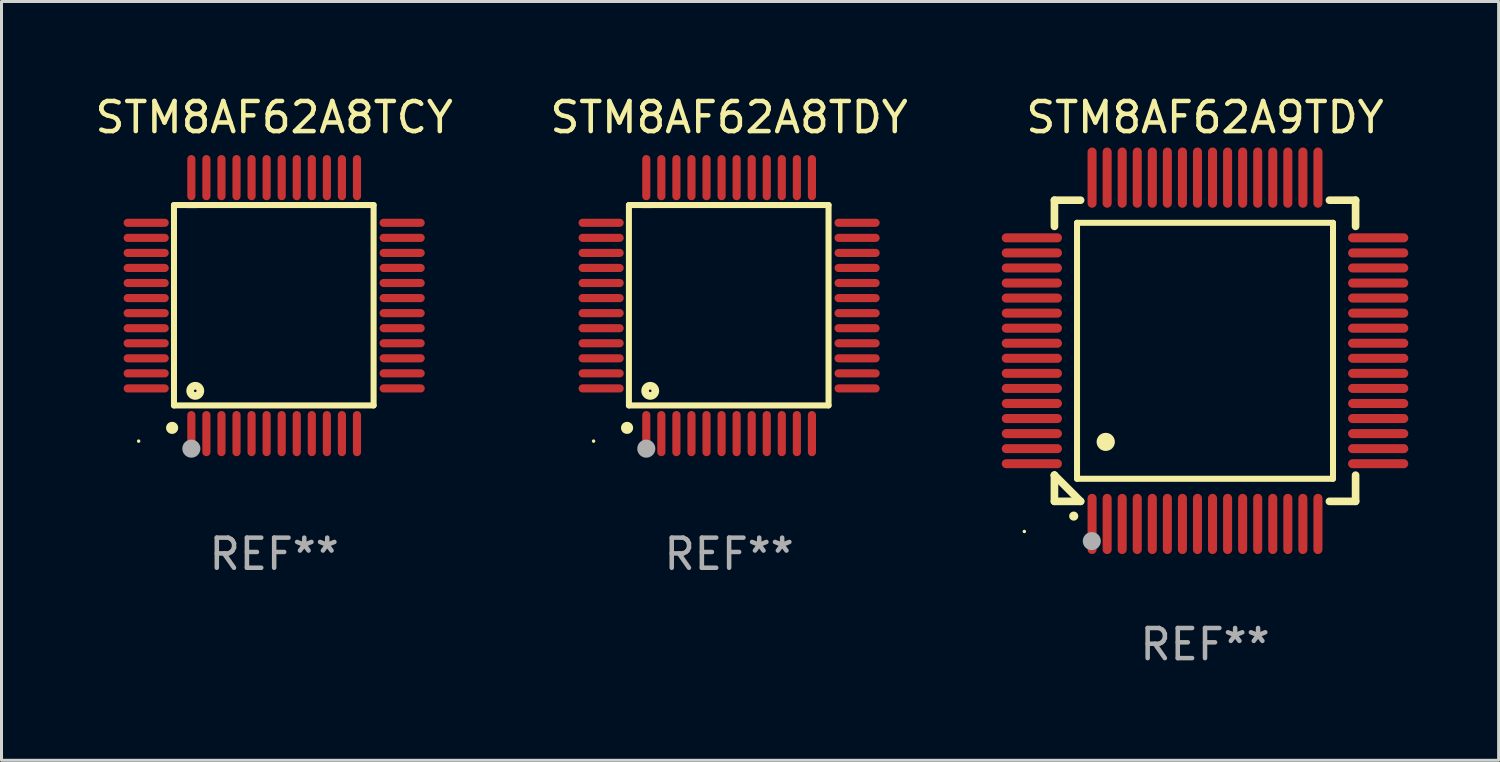
<source format=kicad_pcb>
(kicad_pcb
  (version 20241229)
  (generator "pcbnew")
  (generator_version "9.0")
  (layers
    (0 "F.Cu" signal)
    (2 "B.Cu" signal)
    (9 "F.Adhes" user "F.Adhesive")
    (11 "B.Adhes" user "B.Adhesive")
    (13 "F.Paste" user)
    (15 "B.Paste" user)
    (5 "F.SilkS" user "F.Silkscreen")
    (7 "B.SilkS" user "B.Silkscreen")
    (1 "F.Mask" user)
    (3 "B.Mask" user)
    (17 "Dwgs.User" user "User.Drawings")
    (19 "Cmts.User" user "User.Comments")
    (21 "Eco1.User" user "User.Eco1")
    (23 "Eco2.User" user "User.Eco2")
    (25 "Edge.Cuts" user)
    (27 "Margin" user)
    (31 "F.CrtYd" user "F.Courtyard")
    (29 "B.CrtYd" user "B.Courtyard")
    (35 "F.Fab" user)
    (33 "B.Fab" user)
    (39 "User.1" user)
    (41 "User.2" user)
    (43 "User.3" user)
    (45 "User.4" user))
  (footprint "STM8AF62A8TCY"
    (layer "F.Cu")
    (at 6.054 7.098)
    (property "Reference" "STM8AF62A8TCY" (at 0 -6.25 0) (layer "F.SilkS") (effects (font (size 1 1) (thickness 0.15))))
    (attr through_hole)
    (fp_line (start -3.327 -3.34) (end -2.565 -3.34) (stroke (width 0.2) (type solid)) (layer "F.SilkS"))
    (fp_line (start -3.327 3.315) (end -3.327 -3.34) (stroke (width 0.2) (type solid)) (layer "F.SilkS"))
    (fp_line (start -2.896 -3.34) (end 3.302 -3.34) (stroke (width 0.2) (type solid)) (layer "F.SilkS"))
    (fp_line (start 3.302 -3.34) (end 3.302 3.315) (stroke (width 0.2) (type solid)) (layer "F.SilkS"))
    (fp_line (start 3.302 3.315) (end -3.327 3.315) (stroke (width 0.2) (type solid)) (layer "F.SilkS"))
    (fp_arc (start -3.389992 4.059995) (mid -3.388722 4.059991) (end -3.387452 4.059995) (stroke (width 0.4) (type solid)) (layer "F.SilkS"))
    (fp_circle (center -4.5 4.5) (end -4.47 4.5) (stroke (width 0.06) (type solid)) (fill no) (layer "F.SilkS"))
    (fp_circle (center -2.62 2.83) (end -2.45 2.83) (stroke (width 0.254) (type solid)) (fill no) (layer "F.SilkS"))
    (fp_circle (center -2.75 4.75) (end -2.6 4.75) (stroke (width 0.3) (type solid)) (fill no) (layer "F.Fab"))
    (fp_text user "REF**" (at 0 8.25 0) (layer "F.Fab") (effects (font (size 1 1) (thickness 0.15))))
    (pad "1" smd oval (at -2.75 4.25) (size 0.27 1.5) (layers "F.Cu" "F.Mask" "F.Paste"))
    (pad "2" smd oval (at -2.25 4.25) (size 0.27 1.5) (layers "F.Cu" "F.Mask" "F.Paste"))
    (pad "3" smd oval (at -1.75 4.25) (size 0.27 1.5) (layers "F.Cu" "F.Mask" "F.Paste"))
    (pad "4" smd oval (at -1.25 4.25) (size 0.27 1.5) (layers "F.Cu" "F.Mask" "F.Paste"))
    (pad "5" smd oval (at -0.75 4.25) (size 0.27 1.5) (layers "F.Cu" "F.Mask" "F.Paste"))
    (pad "6" smd oval (at -0.25 4.25) (size 0.27 1.5) (layers "F.Cu" "F.Mask" "F.Paste"))
    (pad "7" smd oval (at 0.25 4.25) (size 0.27 1.5) (layers "F.Cu" "F.Mask" "F.Paste"))
    (pad "8" smd oval (at 0.75 4.25) (size 0.27 1.5) (layers "F.Cu" "F.Mask" "F.Paste"))
    (pad "9" smd oval (at 1.25 4.25) (size 0.27 1.5) (layers "F.Cu" "F.Mask" "F.Paste"))
    (pad "10" smd oval (at 1.75 4.25) (size 0.27 1.5) (layers "F.Cu" "F.Mask" "F.Paste"))
    (pad "11" smd oval (at 2.25 4.25) (size 0.27 1.5) (layers "F.Cu" "F.Mask" "F.Paste"))
    (pad "12" smd oval (at 2.75 4.25) (size 0.27 1.5) (layers "F.Cu" "F.Mask" "F.Paste"))
    (pad "13" smd oval (at 4.25 2.75) (size 1.5 0.27) (layers "F.Cu" "F.Mask" "F.Paste"))
    (pad "14" smd oval (at 4.25 2.25) (size 1.5 0.27) (layers "F.Cu" "F.Mask" "F.Paste"))
    (pad "15" smd oval (at 4.25 1.75) (size 1.5 0.27) (layers "F.Cu" "F.Mask" "F.Paste"))
    (pad "16" smd oval (at 4.25 1.25) (size 1.5 0.27) (layers "F.Cu" "F.Mask" "F.Paste"))
    (pad "17" smd oval (at 4.25 0.75) (size 1.5 0.27) (layers "F.Cu" "F.Mask" "F.Paste"))
    (pad "18" smd oval (at 4.25 0.25) (size 1.5 0.27) (layers "F.Cu" "F.Mask" "F.Paste"))
    (pad "19" smd oval (at 4.25 -0.25) (size 1.5 0.27) (layers "F.Cu" "F.Mask" "F.Paste"))
    (pad "20" smd oval (at 4.25 -0.75) (size 1.5 0.27) (layers "F.Cu" "F.Mask" "F.Paste"))
    (pad "21" smd oval (at 4.25 -1.25) (size 1.5 0.27) (layers "F.Cu" "F.Mask" "F.Paste"))
    (pad "22" smd oval (at 4.25 -1.75) (size 1.5 0.27) (layers "F.Cu" "F.Mask" "F.Paste"))
    (pad "23" smd oval (at 4.25 -2.25) (size 1.5 0.27) (layers "F.Cu" "F.Mask" "F.Paste"))
    (pad "24" smd oval (at 4.25 -2.75) (size 1.5 0.27) (layers "F.Cu" "F.Mask" "F.Paste"))
    (pad "25" smd oval (at 2.75 -4.25) (size 0.27 1.5) (layers "F.Cu" "F.Mask" "F.Paste"))
    (pad "26" smd oval (at 2.25 -4.25) (size 0.27 1.5) (layers "F.Cu" "F.Mask" "F.Paste"))
    (pad "27" smd oval (at 1.75 -4.25) (size 0.27 1.5) (layers "F.Cu" "F.Mask" "F.Paste"))
    (pad "28" smd oval (at 1.25 -4.25) (size 0.27 1.5) (layers "F.Cu" "F.Mask" "F.Paste"))
    (pad "29" smd oval (at 0.75 -4.25) (size 0.27 1.5) (layers "F.Cu" "F.Mask" "F.Paste"))
    (pad "30" smd oval (at 0.25 -4.25) (size 0.27 1.5) (layers "F.Cu" "F.Mask" "F.Paste"))
    (pad "31" smd oval (at -0.25 -4.25) (size 0.27 1.5) (layers "F.Cu" "F.Mask" "F.Paste"))
    (pad "32" smd oval (at -0.75 -4.25) (size 0.27 1.5) (layers "F.Cu" "F.Mask" "F.Paste"))
    (pad "33" smd oval (at -1.25 -4.25) (size 0.27 1.5) (layers "F.Cu" "F.Mask" "F.Paste"))
    (pad "34" smd oval (at -1.75 -4.25) (size 0.27 1.5) (layers "F.Cu" "F.Mask" "F.Paste"))
    (pad "35" smd oval (at -2.25 -4.25) (size 0.27 1.5) (layers "F.Cu" "F.Mask" "F.Paste"))
    (pad "36" smd oval (at -2.75 -4.25) (size 0.27 1.5) (layers "F.Cu" "F.Mask" "F.Paste"))
    (pad "37" smd oval (at -4.25 -2.75) (size 1.5 0.27) (layers "F.Cu" "F.Mask" "F.Paste"))
    (pad "38" smd oval (at -4.25 -2.25) (size 1.5 0.27) (layers "F.Cu" "F.Mask" "F.Paste"))
    (pad "39" smd oval (at -4.25 -1.75) (size 1.5 0.27) (layers "F.Cu" "F.Mask" "F.Paste"))
    (pad "40" smd oval (at -4.25 -1.25) (size 1.5 0.27) (layers "F.Cu" "F.Mask" "F.Paste"))
    (pad "41" smd oval (at -4.25 -0.75) (size 1.5 0.27) (layers "F.Cu" "F.Mask" "F.Paste"))
    (pad "42" smd oval (at -4.25 -0.25) (size 1.5 0.27) (layers "F.Cu" "F.Mask" "F.Paste"))
    (pad "43" smd oval (at -4.25 0.25) (size 1.5 0.27) (layers "F.Cu" "F.Mask" "F.Paste"))
    (pad "44" smd oval (at -4.25 0.75) (size 1.5 0.27) (layers "F.Cu" "F.Mask" "F.Paste"))
    (pad "45" smd oval (at -4.25 1.25) (size 1.5 0.27) (layers "F.Cu" "F.Mask" "F.Paste"))
    (pad "46" smd oval (at -4.25 1.75) (size 1.5 0.27) (layers "F.Cu" "F.Mask" "F.Paste"))
    (pad "47" smd oval (at -4.25 2.25) (size 1.5 0.27) (layers "F.Cu" "F.Mask" "F.Paste"))
    (pad "48" smd oval (at -4.25 2.75) (size 1.5 0.27) (layers "F.Cu" "F.Mask" "F.Paste")))
  (footprint "STM8AF62A8TDY"
    (layer "F.Cu")
    (at 21.161 7.098)
    (property "Reference" "STM8AF62A8TDY" (at 0 -6.25 0) (layer "F.SilkS") (effects (font (size 1 1) (thickness 0.15))))
    (attr through_hole)
    (fp_line (start -3.327 -3.34) (end -2.565 -3.34) (stroke (width 0.2) (type solid)) (layer "F.SilkS"))
    (fp_line (start -3.327 3.315) (end -3.327 -3.34) (stroke (width 0.2) (type solid)) (layer "F.SilkS"))
    (fp_line (start -2.896 -3.34) (end 3.302 -3.34) (stroke (width 0.2) (type solid)) (layer "F.SilkS"))
    (fp_line (start 3.302 -3.34) (end 3.302 3.315) (stroke (width 0.2) (type solid)) (layer "F.SilkS"))
    (fp_line (start 3.302 3.315) (end -3.327 3.315) (stroke (width 0.2) (type solid)) (layer "F.SilkS"))
    (fp_arc (start -3.389992 4.059995) (mid -3.388722 4.059991) (end -3.387452 4.059995) (stroke (width 0.4) (type solid)) (layer "F.SilkS"))
    (fp_circle (center -4.5 4.5) (end -4.47 4.5) (stroke (width 0.06) (type solid)) (fill no) (layer "F.SilkS"))
    (fp_circle (center -2.62 2.83) (end -2.45 2.83) (stroke (width 0.254) (type solid)) (fill no) (layer "F.SilkS"))
    (fp_circle (center -2.75 4.75) (end -2.6 4.75) (stroke (width 0.3) (type solid)) (fill no) (layer "F.Fab"))
    (fp_text user "REF**" (at 0 8.25 0) (layer "F.Fab") (effects (font (size 1 1) (thickness 0.15))))
    (pad "1" smd oval (at -2.75 4.25) (size 0.27 1.5) (layers "F.Cu" "F.Mask" "F.Paste"))
    (pad "2" smd oval (at -2.25 4.25) (size 0.27 1.5) (layers "F.Cu" "F.Mask" "F.Paste"))
    (pad "3" smd oval (at -1.75 4.25) (size 0.27 1.5) (layers "F.Cu" "F.Mask" "F.Paste"))
    (pad "4" smd oval (at -1.25 4.25) (size 0.27 1.5) (layers "F.Cu" "F.Mask" "F.Paste"))
    (pad "5" smd oval (at -0.75 4.25) (size 0.27 1.5) (layers "F.Cu" "F.Mask" "F.Paste"))
    (pad "6" smd oval (at -0.25 4.25) (size 0.27 1.5) (layers "F.Cu" "F.Mask" "F.Paste"))
    (pad "7" smd oval (at 0.25 4.25) (size 0.27 1.5) (layers "F.Cu" "F.Mask" "F.Paste"))
    (pad "8" smd oval (at 0.75 4.25) (size 0.27 1.5) (layers "F.Cu" "F.Mask" "F.Paste"))
    (pad "9" smd oval (at 1.25 4.25) (size 0.27 1.5) (layers "F.Cu" "F.Mask" "F.Paste"))
    (pad "10" smd oval (at 1.75 4.25) (size 0.27 1.5) (layers "F.Cu" "F.Mask" "F.Paste"))
    (pad "11" smd oval (at 2.25 4.25) (size 0.27 1.5) (layers "F.Cu" "F.Mask" "F.Paste"))
    (pad "12" smd oval (at 2.75 4.25) (size 0.27 1.5) (layers "F.Cu" "F.Mask" "F.Paste"))
    (pad "13" smd oval (at 4.25 2.75) (size 1.5 0.27) (layers "F.Cu" "F.Mask" "F.Paste"))
    (pad "14" smd oval (at 4.25 2.25) (size 1.5 0.27) (layers "F.Cu" "F.Mask" "F.Paste"))
    (pad "15" smd oval (at 4.25 1.75) (size 1.5 0.27) (layers "F.Cu" "F.Mask" "F.Paste"))
    (pad "16" smd oval (at 4.25 1.25) (size 1.5 0.27) (layers "F.Cu" "F.Mask" "F.Paste"))
    (pad "17" smd oval (at 4.25 0.75) (size 1.5 0.27) (layers "F.Cu" "F.Mask" "F.Paste"))
    (pad "18" smd oval (at 4.25 0.25) (size 1.5 0.27) (layers "F.Cu" "F.Mask" "F.Paste"))
    (pad "19" smd oval (at 4.25 -0.25) (size 1.5 0.27) (layers "F.Cu" "F.Mask" "F.Paste"))
    (pad "20" smd oval (at 4.25 -0.75) (size 1.5 0.27) (layers "F.Cu" "F.Mask" "F.Paste"))
    (pad "21" smd oval (at 4.25 -1.25) (size 1.5 0.27) (layers "F.Cu" "F.Mask" "F.Paste"))
    (pad "22" smd oval (at 4.25 -1.75) (size 1.5 0.27) (layers "F.Cu" "F.Mask" "F.Paste"))
    (pad "23" smd oval (at 4.25 -2.25) (size 1.5 0.27) (layers "F.Cu" "F.Mask" "F.Paste"))
    (pad "24" smd oval (at 4.25 -2.75) (size 1.5 0.27) (layers "F.Cu" "F.Mask" "F.Paste"))
    (pad "25" smd oval (at 2.75 -4.25) (size 0.27 1.5) (layers "F.Cu" "F.Mask" "F.Paste"))
    (pad "26" smd oval (at 2.25 -4.25) (size 0.27 1.5) (layers "F.Cu" "F.Mask" "F.Paste"))
    (pad "27" smd oval (at 1.75 -4.25) (size 0.27 1.5) (layers "F.Cu" "F.Mask" "F.Paste"))
    (pad "28" smd oval (at 1.25 -4.25) (size 0.27 1.5) (layers "F.Cu" "F.Mask" "F.Paste"))
    (pad "29" smd oval (at 0.75 -4.25) (size 0.27 1.5) (layers "F.Cu" "F.Mask" "F.Paste"))
    (pad "30" smd oval (at 0.25 -4.25) (size 0.27 1.5) (layers "F.Cu" "F.Mask" "F.Paste"))
    (pad "31" smd oval (at -0.25 -4.25) (size 0.27 1.5) (layers "F.Cu" "F.Mask" "F.Paste"))
    (pad "32" smd oval (at -0.75 -4.25) (size 0.27 1.5) (layers "F.Cu" "F.Mask" "F.Paste"))
    (pad "33" smd oval (at -1.25 -4.25) (size 0.27 1.5) (layers "F.Cu" "F.Mask" "F.Paste"))
    (pad "34" smd oval (at -1.75 -4.25) (size 0.27 1.5) (layers "F.Cu" "F.Mask" "F.Paste"))
    (pad "35" smd oval (at -2.25 -4.25) (size 0.27 1.5) (layers "F.Cu" "F.Mask" "F.Paste"))
    (pad "36" smd oval (at -2.75 -4.25) (size 0.27 1.5) (layers "F.Cu" "F.Mask" "F.Paste"))
    (pad "37" smd oval (at -4.25 -2.75) (size 1.5 0.27) (layers "F.Cu" "F.Mask" "F.Paste"))
    (pad "38" smd oval (at -4.25 -2.25) (size 1.5 0.27) (layers "F.Cu" "F.Mask" "F.Paste"))
    (pad "39" smd oval (at -4.25 -1.75) (size 1.5 0.27) (layers "F.Cu" "F.Mask" "F.Paste"))
    (pad "40" smd oval (at -4.25 -1.25) (size 1.5 0.27) (layers "F.Cu" "F.Mask" "F.Paste"))
    (pad "41" smd oval (at -4.25 -0.75) (size 1.5 0.27) (layers "F.Cu" "F.Mask" "F.Paste"))
    (pad "42" smd oval (at -4.25 -0.25) (size 1.5 0.27) (layers "F.Cu" "F.Mask" "F.Paste"))
    (pad "43" smd oval (at -4.25 0.25) (size 1.5 0.27) (layers "F.Cu" "F.Mask" "F.Paste"))
    (pad "44" smd oval (at -4.25 0.75) (size 1.5 0.27) (layers "F.Cu" "F.Mask" "F.Paste"))
    (pad "45" smd oval (at -4.25 1.25) (size 1.5 0.27) (layers "F.Cu" "F.Mask" "F.Paste"))
    (pad "46" smd oval (at -4.25 1.75) (size 1.5 0.27) (layers "F.Cu" "F.Mask" "F.Paste"))
    (pad "47" smd oval (at -4.25 2.25) (size 1.5 0.27) (layers "F.Cu" "F.Mask" "F.Paste"))
    (pad "48" smd oval (at -4.25 2.75) (size 1.5 0.27) (layers "F.Cu" "F.Mask" "F.Paste")))
  (footprint "STM8AF62A9TDY"
    (layer "F.Cu")
    (at 36.964 8.598)
    (property "Reference" "STM8AF62A9TDY" (at 0 -7.75 0) (layer "F.SilkS") (effects (font (size 1 1) (thickness 0.15))))
    (attr through_hole)
    (fp_line (start -5 -5) (end -4.131 -5) (stroke (width 0.254) (type solid)) (layer "F.SilkS"))
    (fp_line (start -5 -4.131) (end -5 -5) (stroke (width 0.254) (type solid)) (layer "F.SilkS"))
    (fp_line (start -5 4.131) (end -5 4.131) (stroke (width 0.254) (type solid)) (layer "F.SilkS"))
    (fp_line (start -5 5) (end -5 4.131) (stroke (width 0.254) (type solid)) (layer "F.SilkS"))
    (fp_line (start -5 4.131) (end -4.131 5) (stroke (width 0.254) (type solid)) (layer "F.SilkS"))
    (fp_line (start -4.25 -4.25) (end -4.25 4.25) (stroke (width 0.2) (type solid)) (layer "F.SilkS"))
    (fp_line (start -4.25 4.25) (end 4.25 4.25) (stroke (width 0.2) (type solid)) (layer "F.SilkS"))
    (fp_line (start -4.131 5) (end -5 5) (stroke (width 0.254) (type solid)) (layer "F.SilkS"))
    (fp_line (start 4.25 -4.25) (end -4.25 -4.25) (stroke (width 0.2) (type solid)) (layer "F.SilkS"))
    (fp_line (start 4.25 4.25) (end 4.25 -4.25) (stroke (width 0.2) (type solid)) (layer "F.SilkS"))
    (fp_line (start 5 -5) (end 4.131 -5) (stroke (width 0.254) (type solid)) (layer "F.SilkS"))
    (fp_line (start 5 -5) (end 5 -4.131) (stroke (width 0.254) (type solid)) (layer "F.SilkS"))
    (fp_line (start 5 4.131) (end 5 5) (stroke (width 0.254) (type solid)) (layer "F.SilkS"))
    (fp_line (start 5 5) (end 4.131 5) (stroke (width 0.254) (type solid)) (layer "F.SilkS"))
    (fp_arc (start -4.361265 5.489992) (mid -4.359995 5.489987) (end -4.358725 5.489992) (stroke (width 0.3) (type solid)) (layer "F.SilkS"))
    (fp_arc (start -3.299467 3.025146) (mid -3.296927 3.025135) (end -3.294387 3.025146) (stroke (width 0.6) (type solid)) (layer "F.SilkS"))
    (fp_circle (center -6 6) (end -5.97 6) (stroke (width 0.06) (type solid)) (fill no) (layer "F.SilkS"))
    (fp_circle (center -3.76 6.32) (end -3.61 6.32) (stroke (width 0.3) (type solid)) (fill no) (layer "F.Fab"))
    (fp_text user "REF**" (at 0 9.75 0) (layer "F.Fab") (effects (font (size 1 1) (thickness 0.15))))
    (pad "1" smd oval (at -3.75 5.75) (size 0.3 2) (layers "F.Cu" "F.Mask" "F.Paste"))
    (pad "2" smd oval (at -3.25 5.75) (size 0.3 2) (layers "F.Cu" "F.Mask" "F.Paste"))
    (pad "3" smd oval (at -2.75 5.75) (size 0.3 2) (layers "F.Cu" "F.Mask" "F.Paste"))
    (pad "4" smd oval (at -2.25 5.75) (size 0.3 2) (layers "F.Cu" "F.Mask" "F.Paste"))
    (pad "5" smd oval (at -1.75 5.75) (size 0.3 2) (layers "F.Cu" "F.Mask" "F.Paste"))
    (pad "6" smd oval (at -1.25 5.75) (size 0.3 2) (layers "F.Cu" "F.Mask" "F.Paste"))
    (pad "7" smd oval (at -0.75 5.75) (size 0.3 2) (layers "F.Cu" "F.Mask" "F.Paste"))
    (pad "8" smd oval (at -0.25 5.75) (size 0.3 2) (layers "F.Cu" "F.Mask" "F.Paste"))
    (pad "9" smd oval (at 0.25 5.75) (size 0.3 2) (layers "F.Cu" "F.Mask" "F.Paste"))
    (pad "10" smd oval (at 0.75 5.75) (size 0.3 2) (layers "F.Cu" "F.Mask" "F.Paste"))
    (pad "11" smd oval (at 1.25 5.75) (size 0.3 2) (layers "F.Cu" "F.Mask" "F.Paste"))
    (pad "12" smd oval (at 1.75 5.75) (size 0.3 2) (layers "F.Cu" "F.Mask" "F.Paste"))
    (pad "13" smd oval (at 2.25 5.75) (size 0.3 2) (layers "F.Cu" "F.Mask" "F.Paste"))
    (pad "14" smd oval (at 2.75 5.75) (size 0.3 2) (layers "F.Cu" "F.Mask" "F.Paste"))
    (pad "15" smd oval (at 3.25 5.75) (size 0.3 2) (layers "F.Cu" "F.Mask" "F.Paste"))
    (pad "16" smd oval (at 3.75 5.75) (size 0.3 2) (layers "F.Cu" "F.Mask" "F.Paste"))
    (pad "17" smd oval (at 5.75 3.75) (size 2 0.3) (layers "F.Cu" "F.Mask" "F.Paste"))
    (pad "18" smd oval (at 5.75 3.25) (size 2 0.3) (layers "F.Cu" "F.Mask" "F.Paste"))
    (pad "19" smd oval (at 5.75 2.75) (size 2 0.3) (layers "F.Cu" "F.Mask" "F.Paste"))
    (pad "20" smd oval (at 5.75 2.25) (size 2 0.3) (layers "F.Cu" "F.Mask" "F.Paste"))
    (pad "21" smd oval (at 5.75 1.75) (size 2 0.3) (layers "F.Cu" "F.Mask" "F.Paste"))
    (pad "22" smd oval (at 5.75 1.25) (size 2 0.3) (layers "F.Cu" "F.Mask" "F.Paste"))
    (pad "23" smd oval (at 5.75 0.75) (size 2 0.3) (layers "F.Cu" "F.Mask" "F.Paste"))
    (pad "24" smd oval (at 5.75 0.25) (size 2 0.3) (layers "F.Cu" "F.Mask" "F.Paste"))
    (pad "25" smd oval (at 5.75 -0.25) (size 2 0.3) (layers "F.Cu" "F.Mask" "F.Paste"))
    (pad "26" smd oval (at 5.75 -0.75) (size 2 0.3) (layers "F.Cu" "F.Mask" "F.Paste"))
    (pad "27" smd oval (at 5.75 -1.25) (size 2 0.3) (layers "F.Cu" "F.Mask" "F.Paste"))
    (pad "28" smd oval (at 5.75 -1.75) (size 2 0.3) (layers "F.Cu" "F.Mask" "F.Paste"))
    (pad "29" smd oval (at 5.75 -2.25) (size 2 0.3) (layers "F.Cu" "F.Mask" "F.Paste"))
    (pad "30" smd oval (at 5.75 -2.75) (size 2 0.3) (layers "F.Cu" "F.Mask" "F.Paste"))
    (pad "31" smd oval (at 5.75 -3.25) (size 2 0.3) (layers "F.Cu" "F.Mask" "F.Paste"))
    (pad "32" smd oval (at 5.75 -3.75) (size 2 0.3) (layers "F.Cu" "F.Mask" "F.Paste"))
    (pad "33" smd oval (at 3.75 -5.75) (size 0.3 2) (layers "F.Cu" "F.Mask" "F.Paste"))
    (pad "34" smd oval (at 3.25 -5.75) (size 0.3 2) (layers "F.Cu" "F.Mask" "F.Paste"))
    (pad "35" smd oval (at 2.75 -5.75) (size 0.3 2) (layers "F.Cu" "F.Mask" "F.Paste"))
    (pad "36" smd oval (at 2.25 -5.75) (size 0.3 2) (layers "F.Cu" "F.Mask" "F.Paste"))
    (pad "37" smd oval (at 1.75 -5.75) (size 0.3 2) (layers "F.Cu" "F.Mask" "F.Paste"))
    (pad "38" smd oval (at 1.25 -5.75) (size 0.3 2) (layers "F.Cu" "F.Mask" "F.Paste"))
    (pad "39" smd oval (at 0.75 -5.75) (size 0.3 2) (layers "F.Cu" "F.Mask" "F.Paste"))
    (pad "40" smd oval (at 0.25 -5.75) (size 0.3 2) (layers "F.Cu" "F.Mask" "F.Paste"))
    (pad "41" smd oval (at -0.25 -5.75) (size 0.3 2) (layers "F.Cu" "F.Mask" "F.Paste"))
    (pad "42" smd oval (at -0.75 -5.75) (size 0.3 2) (layers "F.Cu" "F.Mask" "F.Paste"))
    (pad "43" smd oval (at -1.25 -5.75) (size 0.3 2) (layers "F.Cu" "F.Mask" "F.Paste"))
    (pad "44" smd oval (at -1.75 -5.75) (size 0.3 2) (layers "F.Cu" "F.Mask" "F.Paste"))
    (pad "45" smd oval (at -2.25 -5.75) (size 0.3 2) (layers "F.Cu" "F.Mask" "F.Paste"))
    (pad "46" smd oval (at -2.75 -5.75) (size 0.3 2) (layers "F.Cu" "F.Mask" "F.Paste"))
    (pad "47" smd oval (at -3.25 -5.75) (size 0.3 2) (layers "F.Cu" "F.Mask" "F.Paste"))
    (pad "48" smd oval (at -3.75 -5.75) (size 0.3 2) (layers "F.Cu" "F.Mask" "F.Paste"))
    (pad "49" smd oval (at -5.75 -3.75) (size 2 0.3) (layers "F.Cu" "F.Mask" "F.Paste"))
    (pad "50" smd oval (at -5.75 -3.25) (size 2 0.3) (layers "F.Cu" "F.Mask" "F.Paste"))
    (pad "51" smd oval (at -5.75 -2.75) (size 2 0.3) (layers "F.Cu" "F.Mask" "F.Paste"))
    (pad "52" smd oval (at -5.75 -2.25) (size 2 0.3) (layers "F.Cu" "F.Mask" "F.Paste"))
    (pad "53" smd oval (at -5.75 -1.75) (size 2 0.3) (layers "F.Cu" "F.Mask" "F.Paste"))
    (pad "54" smd oval (at -5.75 -1.25) (size 2 0.3) (layers "F.Cu" "F.Mask" "F.Paste"))
    (pad "55" smd oval (at -5.75 -0.75) (size 2 0.3) (layers "F.Cu" "F.Mask" "F.Paste"))
    (pad "56" smd oval (at -5.75 -0.25) (size 2 0.3) (layers "F.Cu" "F.Mask" "F.Paste"))
    (pad "57" smd oval (at -5.75 0.25) (size 2 0.3) (layers "F.Cu" "F.Mask" "F.Paste"))
    (pad "58" smd oval (at -5.75 0.75) (size 2 0.3) (layers "F.Cu" "F.Mask" "F.Paste"))
    (pad "59" smd oval (at -5.75 1.25) (size 2 0.3) (layers "F.Cu" "F.Mask" "F.Paste"))
    (pad "60" smd oval (at -5.75 1.75) (size 2 0.3) (layers "F.Cu" "F.Mask" "F.Paste"))
    (pad "61" smd oval (at -5.75 2.25) (size 2 0.3) (layers "F.Cu" "F.Mask" "F.Paste"))
    (pad "62" smd oval (at -5.75 2.75) (size 2 0.3) (layers "F.Cu" "F.Mask" "F.Paste"))
    (pad "63" smd oval (at -5.75 3.25) (size 2 0.3) (layers "F.Cu" "F.Mask" "F.Paste"))
    (pad "64" smd oval (at -5.75 3.75) (size 2 0.3) (layers "F.Cu" "F.Mask" "F.Paste")))
  (gr_rect
    (start -3 -3)
    (end 46.714 22.196)
    (stroke (width 0.1) (type default))
    (fill no)
    (layer "Edge.Cuts")))
</source>
